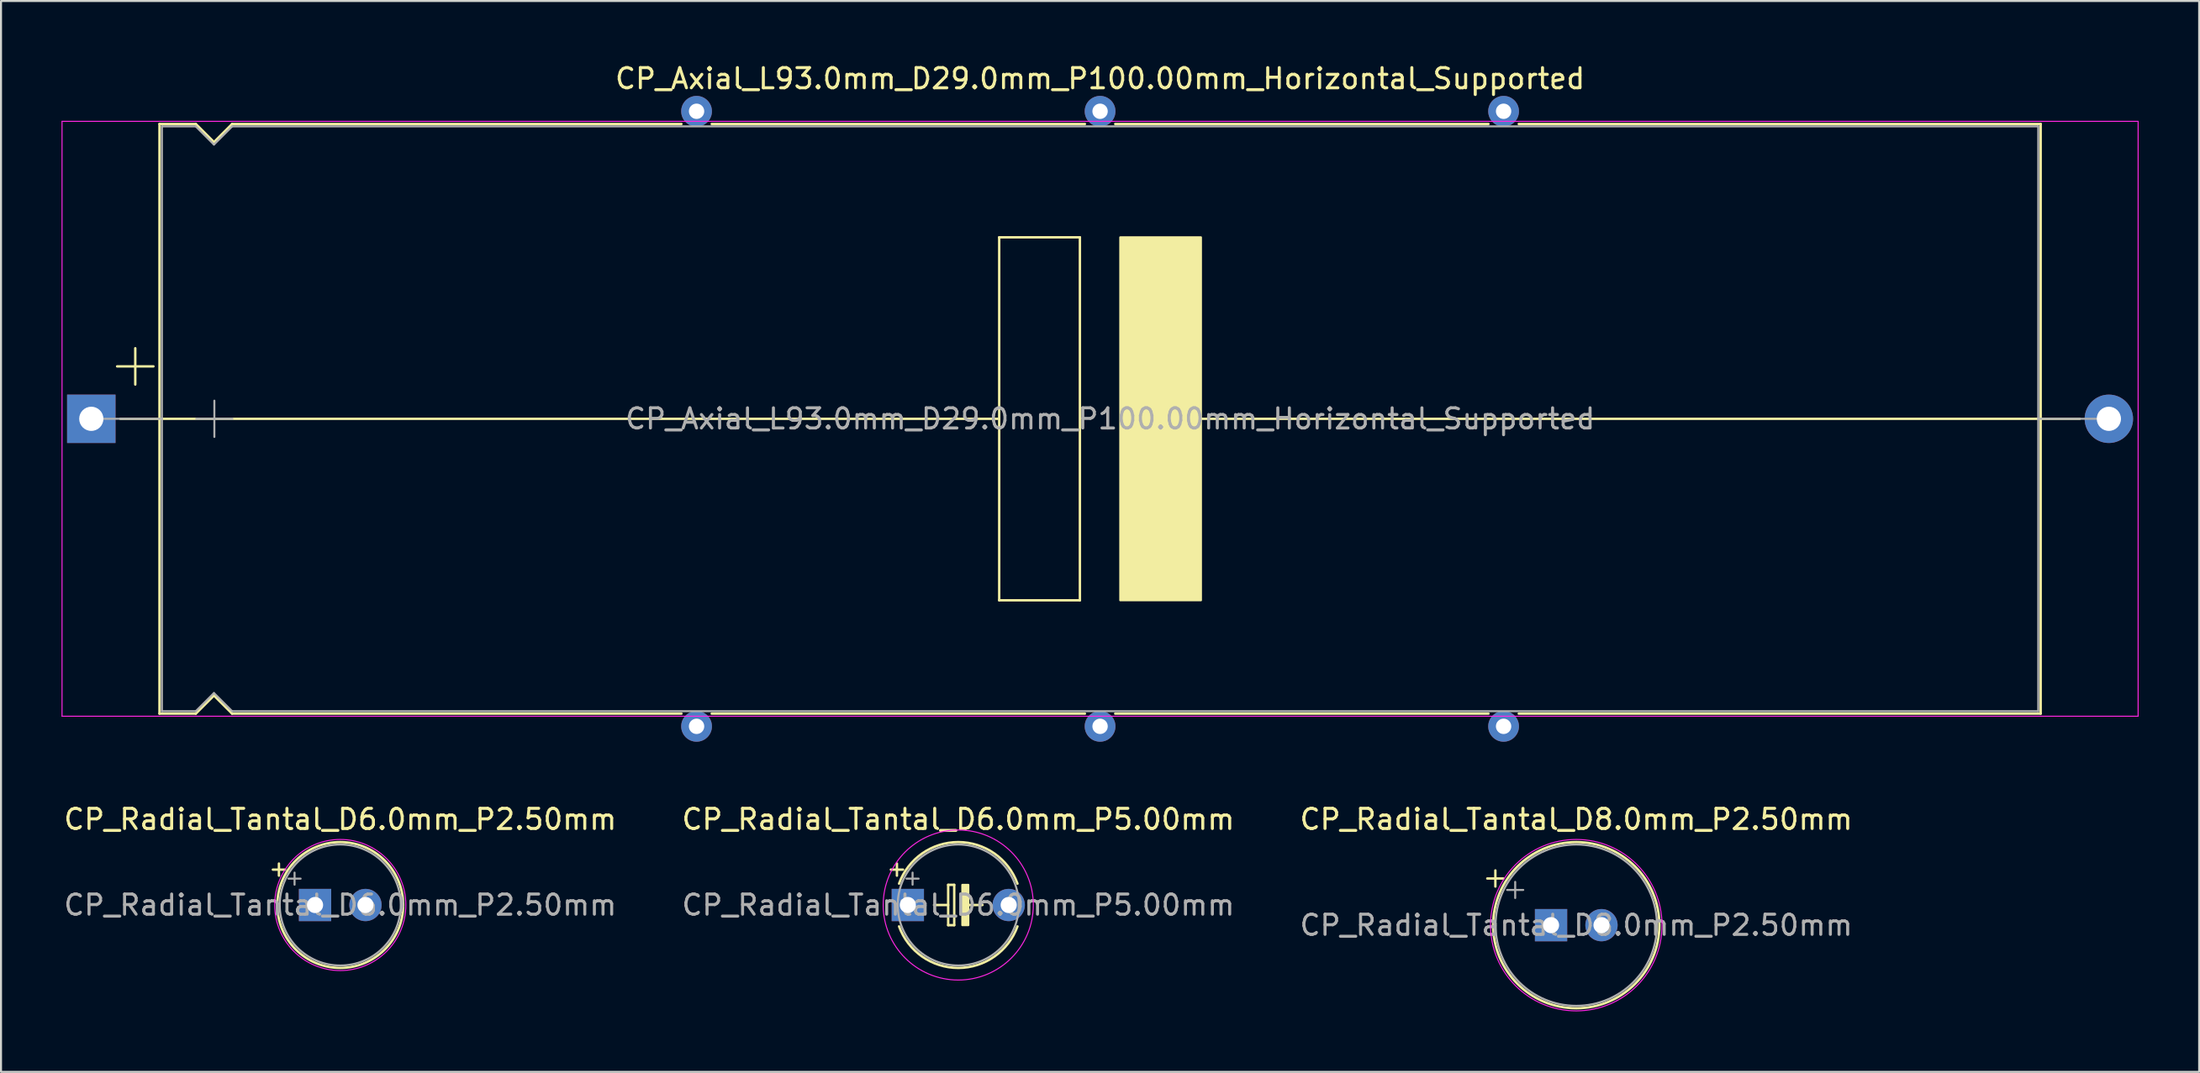
<source format=kicad_pcb>
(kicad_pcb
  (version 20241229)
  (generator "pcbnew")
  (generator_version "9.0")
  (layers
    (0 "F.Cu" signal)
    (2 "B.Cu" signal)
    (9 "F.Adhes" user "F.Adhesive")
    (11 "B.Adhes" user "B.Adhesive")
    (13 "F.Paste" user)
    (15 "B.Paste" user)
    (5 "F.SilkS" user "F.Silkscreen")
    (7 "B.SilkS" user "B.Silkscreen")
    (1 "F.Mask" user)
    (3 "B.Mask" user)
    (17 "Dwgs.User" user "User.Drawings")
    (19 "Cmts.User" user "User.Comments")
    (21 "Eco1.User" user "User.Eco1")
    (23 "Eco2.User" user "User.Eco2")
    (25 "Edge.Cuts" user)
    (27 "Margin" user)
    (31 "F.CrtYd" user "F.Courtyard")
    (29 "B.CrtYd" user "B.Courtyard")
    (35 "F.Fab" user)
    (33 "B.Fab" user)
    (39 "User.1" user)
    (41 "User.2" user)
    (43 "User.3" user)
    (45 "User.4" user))
  (footprint "CP_Radial_Tantal_D8.0mm_P2.50mm"
    (layer "F.Cu")
    (at 73.827 42.828)
    (property "Reference" "CP_Radial_Tantal_D8.0mm_P2.50mm" (at 1.25 -5.25 0) (layer "F.SilkS") (effects (font (size 1 1) (thickness 0.15))))
    (attr through_hole)
    (fp_line (start -3.16 -2.315) (end -2.36 -2.315) (stroke (width 0.12) (type solid)) (layer "F.SilkS"))
    (fp_line (start -2.76 -2.715) (end -2.76 -1.915) (stroke (width 0.12) (type solid)) (layer "F.SilkS"))
    (fp_circle (center 1.25 0) (end 5.37 0) (stroke (width 0.12) (type solid)) (fill no) (layer "F.SilkS"))
    (fp_circle (center 1.25 0) (end 5.5 0) (stroke (width 0.05) (type solid)) (fill no) (layer "F.CrtYd"))
    (fp_line (start -2.177 -1.748) (end -1.377 -1.748) (stroke (width 0.1) (type solid)) (layer "F.Fab"))
    (fp_line (start -1.777 -2.147) (end -1.777 -1.347) (stroke (width 0.1) (type solid)) (layer "F.Fab"))
    (fp_circle (center 1.25 0) (end 5.25 0) (stroke (width 0.1) (type solid)) (fill no) (layer "F.Fab"))
    (fp_text user "${REFERENCE}" (at 1.25 0 0) (layer "F.Fab") (effects (font (size 1 1) (thickness 0.15))))
    (pad "1" thru_hole rect (at 0 0) (size 1.6 1.6) (drill 0.8) (layers "*.Cu" "*.Mask"))
    (pad "2" thru_hole circle (at 2.5 0) (size 1.6 1.6) (drill 0.8) (layers "*.Cu" "*.Mask")))
  (footprint "CP_Radial_Tantal_D6.0mm_P2.50mm"
    (layer "F.Cu")
    (at 12.565 41.828)
    (property "Reference" "CP_Radial_Tantal_D6.0mm_P2.50mm" (at 1.25 -4.25 0) (layer "F.SilkS") (effects (font (size 1 1) (thickness 0.15))))
    (attr through_hole)
    (fp_line (start -2.09 -1.755) (end -1.49 -1.755) (stroke (width 0.12) (type solid)) (layer "F.SilkS"))
    (fp_line (start -1.79 -2.055) (end -1.79 -1.455) (stroke (width 0.12) (type solid)) (layer "F.SilkS"))
    (fp_circle (center 1.25 0) (end 4.37 0) (stroke (width 0.12) (type solid)) (fill no) (layer "F.SilkS"))
    (fp_circle (center 1.25 0) (end 4.5 0) (stroke (width 0.05) (type solid)) (fill no) (layer "F.CrtYd"))
    (fp_line (start -1.315 -1.308) (end -0.715 -1.308) (stroke (width 0.1) (type solid)) (layer "F.Fab"))
    (fp_line (start -1.015 -1.607) (end -1.015 -1.008) (stroke (width 0.1) (type solid)) (layer "F.Fab"))
    (fp_circle (center 1.25 0) (end 4.25 0) (stroke (width 0.1) (type solid)) (fill no) (layer "F.Fab"))
    (fp_text user "${REFERENCE}" (at 1.25 0 0) (layer "F.Fab") (effects (font (size 1 1) (thickness 0.15))))
    (pad "1" thru_hole rect (at 0 0) (size 1.6 1.6) (drill 0.8) (layers "*.Cu" "*.Mask"))
    (pad "2" thru_hole circle (at 2.5 0) (size 1.6 1.6) (drill 0.8) (layers "*.Cu" "*.Mask")))
  (footprint "CP_Radial_Tantal_D6.0mm_P5.00mm"
    (layer "F.Cu")
    (at 41.946 41.828)
    (property "Reference" "CP_Radial_Tantal_D6.0mm_P5.00mm" (at 2.5 -4.25 0) (layer "F.SilkS") (effects (font (size 1 1) (thickness 0.15))))
    (attr through_hole)
    (fp_line (start -0.84 -1.755) (end -0.24 -1.755) (stroke (width 0.12) (type solid)) (layer "F.SilkS"))
    (fp_line (start -0.54 -2.055) (end -0.54 -1.455) (stroke (width 0.12) (type solid)) (layer "F.SilkS"))
    (fp_line (start 1.3 0) (end 2 0) (stroke (width 0.12) (type solid)) (layer "F.SilkS"))
    (fp_line (start 2 -1) (end 2.3 -1) (stroke (width 0.12) (type solid)) (layer "F.SilkS"))
    (fp_line (start 2 1) (end 2 -1) (stroke (width 0.12) (type solid)) (layer "F.SilkS"))
    (fp_line (start 2.3 -1) (end 2.3 1) (stroke (width 0.12) (type solid)) (layer "F.SilkS"))
    (fp_line (start 2.3 1) (end 2 1) (stroke (width 0.12) (type solid)) (layer "F.SilkS"))
    (fp_line (start 3.7 0) (end 3 0) (stroke (width 0.12) (type solid)) (layer "F.SilkS"))
    (fp_arc (start -0.434416 -1.06) (mid 2.5 -3.12) (end 5.434416 -1.06) (stroke (width 0.12) (type solid)) (layer "F.SilkS"))
    (fp_arc (start 5.434416 1.06) (mid 2.5 3.12) (end -0.434416 1.06) (stroke (width 0.12) (type solid)) (layer "F.SilkS"))
    (fp_poly (pts (xy 3 1) (xy 2.7 1) (xy 2.7 -1) (xy 3 -1)) (stroke (width 0.1) (type solid)) (fill yes) (layer "F.SilkS"))
    (fp_circle (center 2.5 0) (end 6.22 0) (stroke (width 0.05) (type solid)) (fill no) (layer "F.CrtYd"))
    (fp_line (start -0.065 -1.308) (end 0.535 -1.308) (stroke (width 0.1) (type solid)) (layer "F.Fab"))
    (fp_line (start 0.235 -1.607) (end 0.235 -1.008) (stroke (width 0.1) (type solid)) (layer "F.Fab"))
    (fp_circle (center 2.5 0) (end 5.5 0) (stroke (width 0.1) (type solid)) (fill no) (layer "F.Fab"))
    (fp_text user "${REFERENCE}" (at 2.5 0 0) (layer "F.Fab") (effects (font (size 1 1) (thickness 0.15))))
    (pad "1" thru_hole rect (at 0 0) (size 1.6 1.6) (drill 0.8) (layers "*.Cu" "*.Mask"))
    (pad "2" thru_hole circle (at 5 0) (size 1.6 1.6) (drill 0.8) (layers "*.Cu" "*.Mask")))
  (footprint "CP_Axial_L93.0mm_D29.0mm_P100.00mm_Horizontal_Supported"
    (layer "F.Cu")
    (at 1.475 17.718)
    (property "Reference" "CP_Axial_L93.0mm_D29.0mm_P100.00mm_Horizontal_Supported" (at 50 -16.87 0) (layer "F.SilkS") (effects (font (size 1 1) (thickness 0.15))))
    (attr through_hole)
    (fp_line (start 1.28 -2.6) (end 3.08 -2.6) (stroke (width 0.12) (type solid)) (layer "F.SilkS"))
    (fp_line (start 1.44 0) (end 3.38 0) (stroke (width 0.12) (type solid)) (layer "F.SilkS"))
    (fp_line (start 2.18 -3.5) (end 2.18 -1.7) (stroke (width 0.12) (type solid)) (layer "F.SilkS"))
    (fp_line (start 3.38 -14.62) (end 3.38 14.62) (stroke (width 0.12) (type solid)) (layer "F.SilkS"))
    (fp_line (start 3.38 -14.62) (end 5.18 -14.62) (stroke (width 0.12) (type solid)) (layer "F.SilkS"))
    (fp_line (start 3.38 0) (end 45 0) (stroke (width 0.12) (type solid)) (layer "F.SilkS"))
    (fp_line (start 3.38 14.62) (end 5.18 14.62) (stroke (width 0.12) (type solid)) (layer "F.SilkS"))
    (fp_line (start 5.18 -14.62) (end 6.08 -13.72) (stroke (width 0.12) (type solid)) (layer "F.SilkS"))
    (fp_line (start 5.18 14.62) (end 6.08 13.72) (stroke (width 0.12) (type solid)) (layer "F.SilkS"))
    (fp_line (start 6.08 -13.72) (end 6.98 -14.62) (stroke (width 0.12) (type solid)) (layer "F.SilkS"))
    (fp_line (start 6.08 13.72) (end 6.98 14.62) (stroke (width 0.12) (type solid)) (layer "F.SilkS"))
    (fp_line (start 6.98 -14.62) (end 29.25 -14.62) (stroke (width 0.12) (type solid)) (layer "F.SilkS"))
    (fp_line (start 6.98 14.62) (end 29.25 14.62) (stroke (width 0.12) (type solid)) (layer "F.SilkS"))
    (fp_line (start 30.75 -14.62) (end 49.25 -14.62) (stroke (width 0.12) (type solid)) (layer "F.SilkS"))
    (fp_line (start 30.75 14.62) (end 49.25 14.62) (stroke (width 0.12) (type solid)) (layer "F.SilkS"))
    (fp_line (start 45 -9) (end 49 -9) (stroke (width 0.12) (type solid)) (layer "F.SilkS"))
    (fp_line (start 45 9) (end 45 -9) (stroke (width 0.12) (type solid)) (layer "F.SilkS"))
    (fp_line (start 49 -9) (end 49 9) (stroke (width 0.12) (type solid)) (layer "F.SilkS"))
    (fp_line (start 49 9) (end 45 9) (stroke (width 0.12) (type solid)) (layer "F.SilkS"))
    (fp_line (start 50.75 -14.62) (end 69.25 -14.62) (stroke (width 0.12) (type solid)) (layer "F.SilkS"))
    (fp_line (start 50.75 14.62) (end 69.25 14.62) (stroke (width 0.12) (type solid)) (layer "F.SilkS"))
    (fp_line (start 54.5 0) (end 96.62 0) (stroke (width 0.12) (type solid)) (layer "F.SilkS"))
    (fp_line (start 70.75 -14.62) (end 96.62 -14.62) (stroke (width 0.12) (type solid)) (layer "F.SilkS"))
    (fp_line (start 70.75 14.62) (end 96.62 14.62) (stroke (width 0.12) (type solid)) (layer "F.SilkS"))
    (fp_line (start 96.62 -14.62) (end 96.62 14.62) (stroke (width 0.12) (type solid)) (layer "F.SilkS"))
    (fp_line (start 98.56 0) (end 96.62 0) (stroke (width 0.12) (type solid)) (layer "F.SilkS"))
    (fp_poly (pts (xy 55 9) (xy 51 9) (xy 51 -9) (xy 55 -9)) (stroke (width 0.1) (type solid)) (fill yes) (layer "F.SilkS"))
    (fp_line (start -1.45 -14.75) (end -1.45 14.75) (stroke (width 0.05) (type solid)) (layer "F.CrtYd"))
    (fp_line (start -1.45 14.75) (end 101.45 14.75) (stroke (width 0.05) (type solid)) (layer "F.CrtYd"))
    (fp_line (start 101.45 -14.75) (end -1.45 -14.75) (stroke (width 0.05) (type solid)) (layer "F.CrtYd"))
    (fp_line (start 101.45 14.75) (end 101.45 -14.75) (stroke (width 0.05) (type solid)) (layer "F.CrtYd"))
    (fp_line (start 0 0) (end 3.5 0) (stroke (width 0.1) (type solid)) (layer "F.Fab"))
    (fp_line (start 3.5 -14.5) (end 3.5 14.5) (stroke (width 0.1) (type solid)) (layer "F.Fab"))
    (fp_line (start 3.5 -14.5) (end 5.18 -14.5) (stroke (width 0.1) (type solid)) (layer "F.Fab"))
    (fp_line (start 3.5 14.5) (end 5.18 14.5) (stroke (width 0.1) (type solid)) (layer "F.Fab"))
    (fp_line (start 5.18 -14.5) (end 6.08 -13.6) (stroke (width 0.1) (type solid)) (layer "F.Fab"))
    (fp_line (start 5.18 14.5) (end 6.08 13.6) (stroke (width 0.1) (type solid)) (layer "F.Fab"))
    (fp_line (start 5.2 0) (end 7 0) (stroke (width 0.1) (type solid)) (layer "F.Fab"))
    (fp_line (start 6.08 -13.6) (end 6.98 -14.5) (stroke (width 0.1) (type solid)) (layer "F.Fab"))
    (fp_line (start 6.08 13.6) (end 6.98 14.5) (stroke (width 0.1) (type solid)) (layer "F.Fab"))
    (fp_line (start 6.1 -0.9) (end 6.1 0.9) (stroke (width 0.1) (type solid)) (layer "F.Fab"))
    (fp_line (start 6.98 -14.5) (end 96.5 -14.5) (stroke (width 0.1) (type solid)) (layer "F.Fab"))
    (fp_line (start 6.98 14.5) (end 96.5 14.5) (stroke (width 0.1) (type solid)) (layer "F.Fab"))
    (fp_line (start 96.5 -14.5) (end 96.5 14.5) (stroke (width 0.1) (type solid)) (layer "F.Fab"))
    (fp_line (start 100 0) (end 96.5 0) (stroke (width 0.1) (type solid)) (layer "F.Fab"))
    (fp_text user "${REFERENCE}" (at 50.5 0 0) (layer "F.Fab") (effects (font (size 1 1) (thickness 0.15))))
    (pad "" thru_hole circle (at 30 -15.25) (size 1.524 1.524) (drill 0.762) (layers "*.Cu" "*.Mask"))
    (pad "" thru_hole circle (at 30 15.25) (size 1.524 1.524) (drill 0.762) (layers "*.Cu" "*.Mask"))
    (pad "" thru_hole circle (at 50 -15.25) (size 1.524 1.524) (drill 0.762) (layers "*.Cu" "*.Mask"))
    (pad "" thru_hole circle (at 50 15.25) (size 1.524 1.524) (drill 0.762) (layers "*.Cu" "*.Mask"))
    (pad "" thru_hole circle (at 70 -15.25) (size 1.524 1.524) (drill 0.762) (layers "*.Cu" "*.Mask"))
    (pad "" thru_hole circle (at 70 15.25) (size 1.524 1.524) (drill 0.762) (layers "*.Cu" "*.Mask"))
    (pad "1" thru_hole rect (at 0 0) (size 2.4 2.4) (drill 1.2) (layers "*.Cu" "*.Mask"))
    (pad "2" thru_hole oval (at 100 0) (size 2.4 2.4) (drill 1.2) (layers "*.Cu" "*.Mask")))
  (gr_rect
    (start -3 -3)
    (end 105.95 50.103)
    (stroke (width 0.1) (type default))
    (fill no)
    (layer "Edge.Cuts")))
</source>
